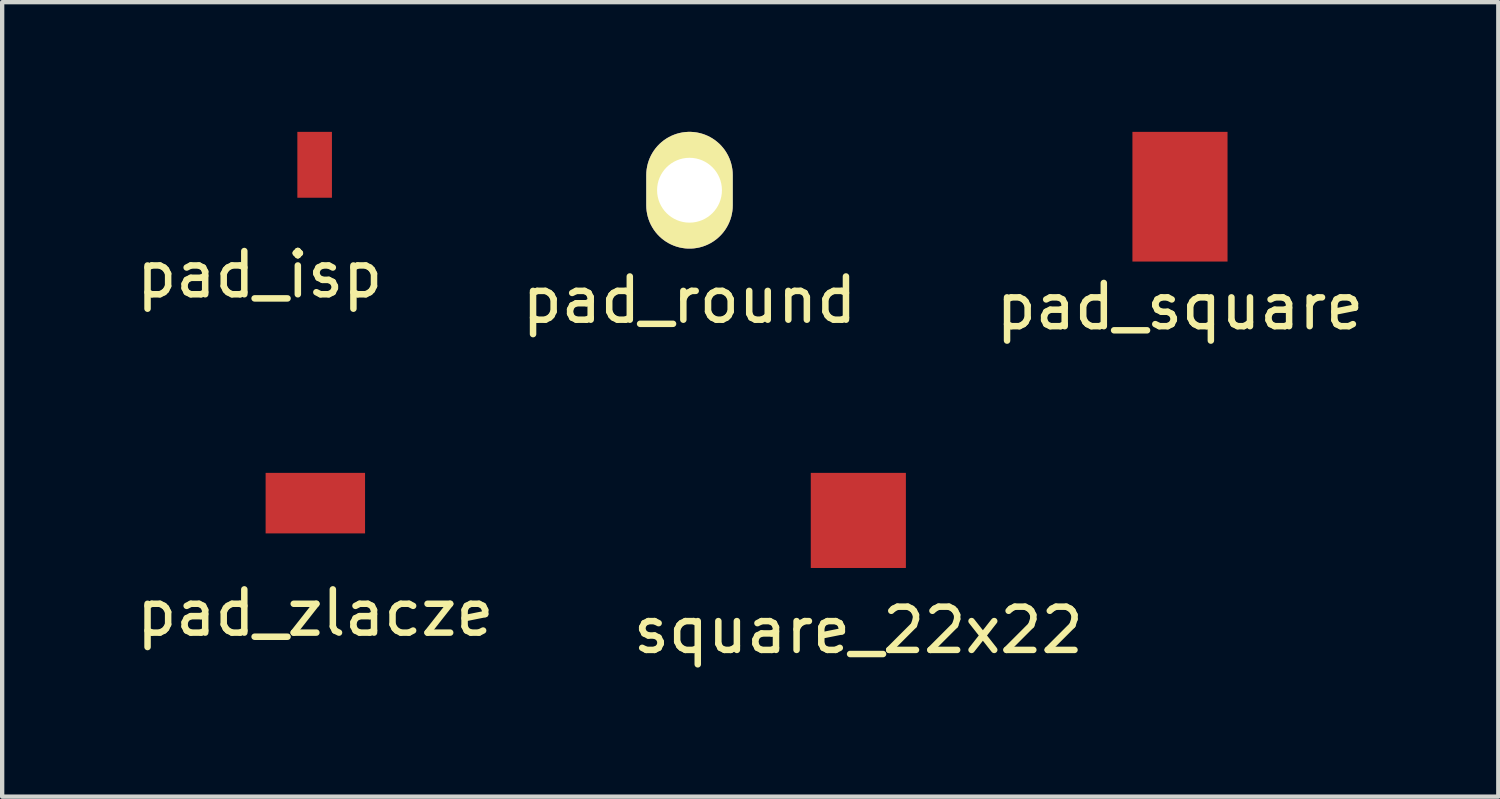
<source format=kicad_pcb>
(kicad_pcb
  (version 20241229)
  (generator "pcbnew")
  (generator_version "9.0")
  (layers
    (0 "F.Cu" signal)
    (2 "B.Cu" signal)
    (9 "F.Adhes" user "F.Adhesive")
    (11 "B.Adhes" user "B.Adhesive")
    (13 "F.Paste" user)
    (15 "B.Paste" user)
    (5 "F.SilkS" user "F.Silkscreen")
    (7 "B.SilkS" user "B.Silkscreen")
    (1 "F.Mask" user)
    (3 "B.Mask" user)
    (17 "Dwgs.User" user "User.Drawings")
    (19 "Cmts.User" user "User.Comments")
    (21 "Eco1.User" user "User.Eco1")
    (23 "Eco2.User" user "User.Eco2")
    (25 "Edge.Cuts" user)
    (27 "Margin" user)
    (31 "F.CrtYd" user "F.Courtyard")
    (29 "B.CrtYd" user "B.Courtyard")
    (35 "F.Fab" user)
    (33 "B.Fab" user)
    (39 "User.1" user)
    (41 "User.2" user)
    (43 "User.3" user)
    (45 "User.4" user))
  (footprint "pad_round"
    (layer "F.Cu")
    (at 12.899 1.35)
    (property "Reference" "pad_round" (at 0 2.54 0) (layer "F.SilkS") (effects (font (size 1 1) (thickness 0.15))))
    (attr through_hole)
    (pad "1" thru_hole oval (at 0 0) (size 2 2.7) (drill 1.5) (layers "*.Cu" "*.Mask" "F.SilkS")))
  (footprint "pad_isp"
    (layer "F.Cu")
    (at 4.228 0.762)
    (property "Reference" "pad_isp" (at -1.27 2.54 0) (layer "F.SilkS") (effects (font (size 1 1) (thickness 0.15))))
    (attr through_hole)
    (pad "1" smd rect (at 0 0) (size 0.8 1.524) (layers "F.Cu" "F.Mask" "F.Paste")))
  (footprint "square_22x22"
    (layer "F.Cu")
    (at 16.804 8.988)
    (property "Reference" "square_22x22" (at 0 2.54 0) (layer "F.SilkS") (effects (font (size 1 1) (thickness 0.15))))
    (attr through_hole)
    (pad "1" smd rect (at 0 0) (size 2.2 2.2) (layers "F.Cu" "F.Mask" "F.Paste")))
  (footprint "pad_square"
    (layer "F.Cu")
    (at 24.244 1.5)
    (property "Reference" "pad_square" (at 0 2.54 0) (layer "F.SilkS") (effects (font (size 1 1) (thickness 0.15))))
    (attr through_hole)
    (pad "1" smd trapezoid (at 0 0) (size 2.2 3) (layers "F.Cu" "F.Mask" "F.Paste")))
  (footprint "pad_zlacze"
    (layer "F.Cu")
    (at 4.244 8.588)
    (property "Reference" "pad_zlacze" (at 0 2.54 0) (layer "F.SilkS") (effects (font (size 1 1) (thickness 0.15))))
    (attr through_hole)
    (pad "1" smd rect (at 0 0) (size 2.3 1.4) (layers "F.Cu" "F.Mask" "F.Paste")))
  (gr_rect
    (start -3 -3)
    (end 31.607 15.377)
    (stroke (width 0.1) (type default))
    (fill no)
    (layer "Edge.Cuts")))
</source>
